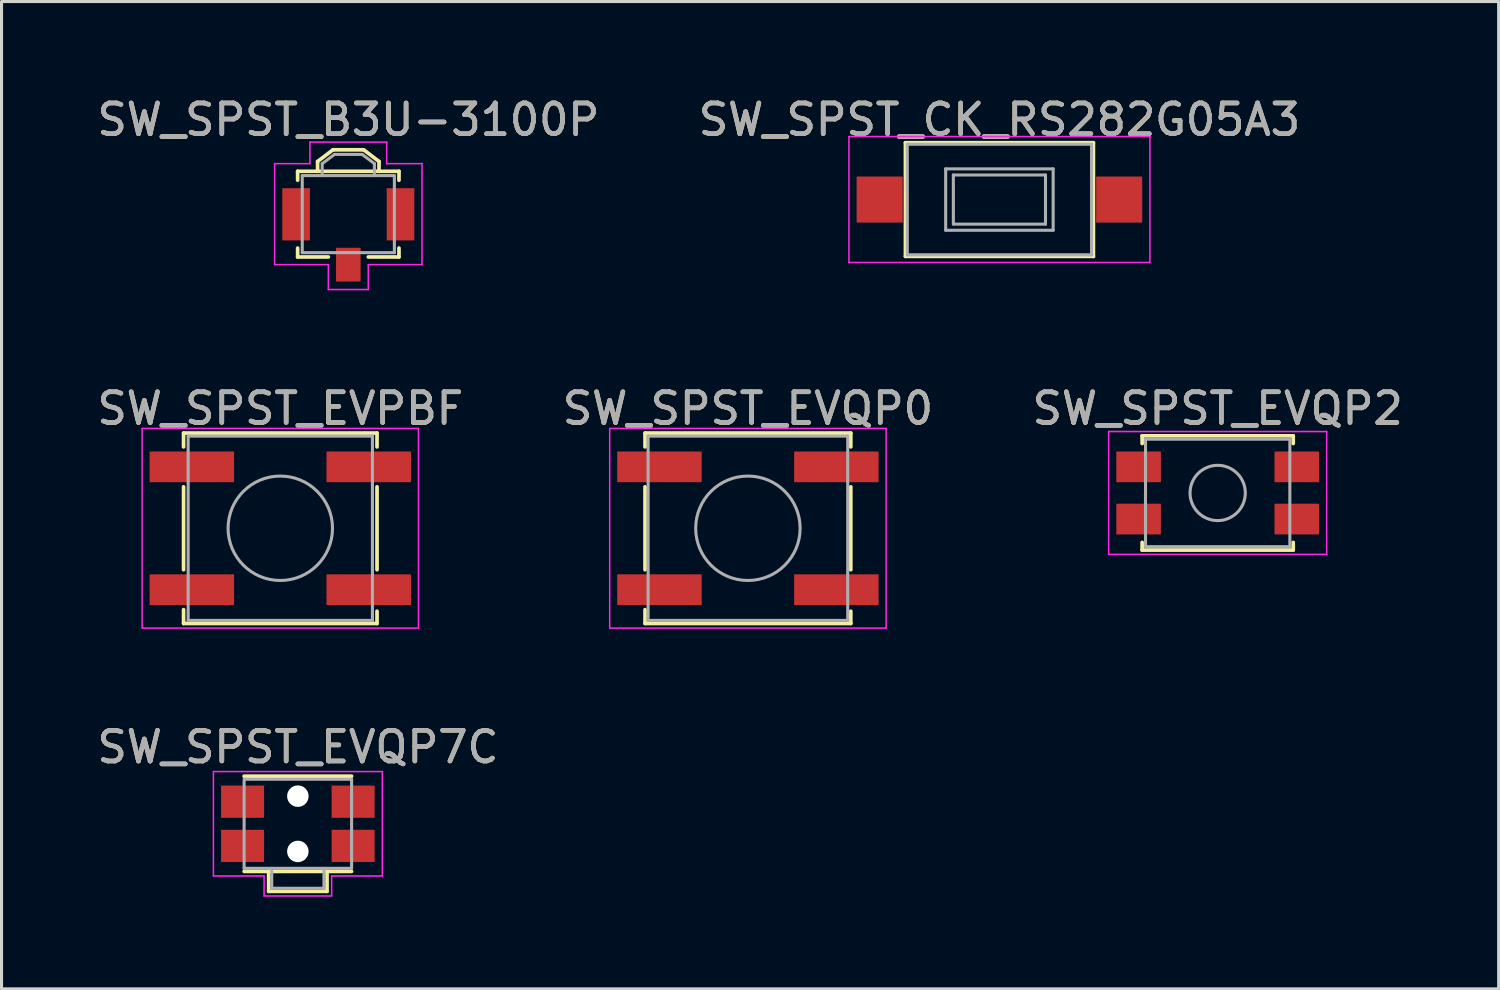
<source format=kicad_pcb>
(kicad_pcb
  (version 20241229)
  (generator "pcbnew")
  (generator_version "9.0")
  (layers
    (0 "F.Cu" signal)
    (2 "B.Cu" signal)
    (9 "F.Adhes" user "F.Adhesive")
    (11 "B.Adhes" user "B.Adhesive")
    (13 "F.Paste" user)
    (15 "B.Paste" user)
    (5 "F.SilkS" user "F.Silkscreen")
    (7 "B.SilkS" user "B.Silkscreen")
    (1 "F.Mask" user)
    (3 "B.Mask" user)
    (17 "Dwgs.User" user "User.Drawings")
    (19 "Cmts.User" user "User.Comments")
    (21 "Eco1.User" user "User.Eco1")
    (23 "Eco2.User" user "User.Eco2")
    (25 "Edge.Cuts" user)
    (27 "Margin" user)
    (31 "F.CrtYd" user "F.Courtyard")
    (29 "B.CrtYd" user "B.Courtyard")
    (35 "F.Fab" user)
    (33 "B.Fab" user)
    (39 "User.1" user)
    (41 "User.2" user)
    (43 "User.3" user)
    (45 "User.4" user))
  (footprint "SW_SPST_EVQP7C"
    (layer "F.Cu")
    (at 6.649 23.775)
    (property "Reference" "SW_SPST_EVQP7C" (at 0 -2.5 0) (layer "F.SilkS") (effects (font (size 1 1) (thickness 0.15))))
    (attr smd)
    (fp_line (start -1.75 -1.55) (end 1.75 -1.55) (stroke (width 0.12) (type solid)) (layer "F.SilkS"))
    (fp_line (start -0.95 2.2) (end -0.95 1.55) (stroke (width 0.12) (type solid)) (layer "F.SilkS"))
    (fp_line (start 0.95 1.55) (end 0.95 2.2) (stroke (width 0.12) (type solid)) (layer "F.SilkS"))
    (fp_line (start 0.95 2.2) (end -0.95 2.2) (stroke (width 0.12) (type solid)) (layer "F.SilkS"))
    (fp_line (start 1.75 1.55) (end -1.75 1.55) (stroke (width 0.12) (type solid)) (layer "F.SilkS"))
    (fp_line (start -2.75 -1.7) (end 2.75 -1.7) (stroke (width 0.05) (type solid)) (layer "F.CrtYd"))
    (fp_line (start -2.75 1.7) (end -2.75 -1.7) (stroke (width 0.05) (type solid)) (layer "F.CrtYd"))
    (fp_line (start -1.1 1.7) (end -2.75 1.7) (stroke (width 0.05) (type solid)) (layer "F.CrtYd"))
    (fp_line (start -1.1 2.35) (end -1.1 1.7) (stroke (width 0.05) (type solid)) (layer "F.CrtYd"))
    (fp_line (start 1.1 1.7) (end 1.1 2.35) (stroke (width 0.05) (type solid)) (layer "F.CrtYd"))
    (fp_line (start 1.1 2.35) (end -1.1 2.35) (stroke (width 0.05) (type solid)) (layer "F.CrtYd"))
    (fp_line (start 2.75 -1.7) (end 2.75 1.7) (stroke (width 0.05) (type solid)) (layer "F.CrtYd"))
    (fp_line (start 2.75 1.7) (end 1.1 1.7) (stroke (width 0.05) (type solid)) (layer "F.CrtYd"))
    (fp_line (start -1.75 -1.45) (end 1.75 -1.45) (stroke (width 0.1) (type solid)) (layer "F.Fab"))
    (fp_line (start -1.75 1.45) (end -1.75 -1.4) (stroke (width 0.1) (type solid)) (layer "F.Fab"))
    (fp_line (start -0.85 2.1) (end -0.85 1.45) (stroke (width 0.1) (type solid)) (layer "F.Fab"))
    (fp_line (start -0.85 2.1) (end 0.85 2.1) (stroke (width 0.1) (type solid)) (layer "F.Fab"))
    (fp_line (start 0.85 2.1) (end 0.85 1.45) (stroke (width 0.1) (type solid)) (layer "F.Fab"))
    (fp_line (start 1.75 -1.45) (end 1.75 1.45) (stroke (width 0.1) (type solid)) (layer "F.Fab"))
    (fp_line (start 1.75 1.45) (end -1.75 1.45) (stroke (width 0.1) (type solid)) (layer "F.Fab"))
    (fp_text user "${REFERENCE}" (at 0 -2.5 0) (layer "F.Fab") (effects (font (size 1 1) (thickness 0.15))))
    (pad "" np_thru_hole circle (at 0 -0.9) (size 0.7 0.7) (drill 0.7) (layers "*.Cu" "*.Mask"))
    (pad "" np_thru_hole circle (at 0 0.9) (size 0.7 0.7) (drill 0.7) (layers "*.Cu" "*.Mask"))
    (pad "1" smd rect (at -1.8 -0.72) (size 1.4 1.05) (layers "F.Cu" "F.Mask" "F.Paste"))
    (pad "1" smd rect (at 1.8 -0.72) (size 1.4 1.05) (layers "F.Cu" "F.Mask" "F.Paste"))
    (pad "2" smd rect (at -1.8 0.72) (size 1.4 1.05) (layers "F.Cu" "F.Mask" "F.Paste"))
    (pad "2" smd rect (at 1.8 0.72) (size 1.4 1.05) (layers "F.Cu" "F.Mask" "F.Paste")))
  (footprint "SW_SPST_CK_RS282G05A3"
    (layer "F.Cu")
    (at 29.494 3.448)
    (property "Reference" "SW_SPST_CK_RS282G05A3" (at 0 -2.6 0) (layer "F.SilkS") (effects (font (size 1 1) (thickness 0.15))))
    (attr smd)
    (fp_line (start -3.06 -1.85) (end 3.06 -1.85) (stroke (width 0.12) (type solid)) (layer "F.SilkS"))
    (fp_line (start -3.06 1.85) (end -3.06 -1.85) (stroke (width 0.12) (type solid)) (layer "F.SilkS"))
    (fp_line (start 3.06 -1.85) (end 3.06 1.85) (stroke (width 0.12) (type solid)) (layer "F.SilkS"))
    (fp_line (start 3.06 1.85) (end -3.06 1.85) (stroke (width 0.12) (type solid)) (layer "F.SilkS"))
    (fp_line (start -4.9 -2.05) (end 4.9 -2.05) (stroke (width 0.05) (type solid)) (layer "F.CrtYd"))
    (fp_line (start -4.9 2.05) (end -4.9 -2.05) (stroke (width 0.05) (type solid)) (layer "F.CrtYd"))
    (fp_line (start 4.9 -2.05) (end 4.9 2.05) (stroke (width 0.05) (type solid)) (layer "F.CrtYd"))
    (fp_line (start 4.9 2.05) (end -4.9 2.05) (stroke (width 0.05) (type solid)) (layer "F.CrtYd"))
    (fp_line (start -3 -1.8) (end -3 1.8) (stroke (width 0.1) (type solid)) (layer "F.Fab"))
    (fp_line (start -3 -1.8) (end 3 -1.8) (stroke (width 0.1) (type solid)) (layer "F.Fab"))
    (fp_line (start -3 1.8) (end 3 1.8) (stroke (width 0.1) (type solid)) (layer "F.Fab"))
    (fp_line (start -1.75 -1) (end 1.75 -1) (stroke (width 0.1) (type solid)) (layer "F.Fab"))
    (fp_line (start -1.75 1) (end -1.75 -1) (stroke (width 0.1) (type solid)) (layer "F.Fab"))
    (fp_line (start -1.5 -0.8) (end -1.5 0.8) (stroke (width 0.1) (type solid)) (layer "F.Fab"))
    (fp_line (start -1.5 -0.8) (end 1.5 -0.8) (stroke (width 0.1) (type solid)) (layer "F.Fab"))
    (fp_line (start -1.5 0.8) (end 1.5 0.8) (stroke (width 0.1) (type solid)) (layer "F.Fab"))
    (fp_line (start 1.5 -0.8) (end 1.5 0.8) (stroke (width 0.1) (type solid)) (layer "F.Fab"))
    (fp_line (start 1.75 -1) (end 1.75 1) (stroke (width 0.1) (type solid)) (layer "F.Fab"))
    (fp_line (start 1.75 1) (end -1.75 1) (stroke (width 0.1) (type solid)) (layer "F.Fab"))
    (fp_line (start 3 -1.8) (end 3 1.8) (stroke (width 0.1) (type solid)) (layer "F.Fab"))
    (fp_text user "${REFERENCE}" (at 0 -2.6 0) (layer "F.Fab") (effects (font (size 1 1) (thickness 0.15))))
    (pad "1" smd rect (at -3.9 0) (size 1.5 1.5) (layers "F.Cu" "F.Mask" "F.Paste"))
    (pad "2" smd rect (at 3.9 0) (size 1.5 1.5) (layers "F.Cu" "F.Mask" "F.Paste")))
  (footprint "SW_SPST_EVQP2"
    (layer "F.Cu")
    (at 36.601 13.002)
    (property "Reference" "SW_SPST_EVQP2" (at 0 -2.75 0) (layer "F.SilkS") (effects (font (size 1 1) (thickness 0.15))))
    (attr smd)
    (fp_line (start -2.46 -1.86) (end -2.46 -1.61) (stroke (width 0.12) (type solid)) (layer "F.SilkS"))
    (fp_line (start -2.46 1.61) (end -2.46 1.86) (stroke (width 0.12) (type solid)) (layer "F.SilkS"))
    (fp_line (start -2.46 1.86) (end 2.46 1.86) (stroke (width 0.12) (type solid)) (layer "F.SilkS"))
    (fp_line (start 2.46 -1.86) (end -2.46 -1.86) (stroke (width 0.12) (type solid)) (layer "F.SilkS"))
    (fp_line (start 2.46 -1.86) (end 2.46 -1.61) (stroke (width 0.12) (type solid)) (layer "F.SilkS"))
    (fp_line (start 2.46 1.61) (end 2.46 1.86) (stroke (width 0.12) (type solid)) (layer "F.SilkS"))
    (fp_line (start -3.55 -2) (end 3.55 -2) (stroke (width 0.05) (type solid)) (layer "F.CrtYd"))
    (fp_line (start -3.55 2) (end -3.55 -2) (stroke (width 0.05) (type solid)) (layer "F.CrtYd"))
    (fp_line (start 3.55 -2) (end 3.55 2) (stroke (width 0.05) (type solid)) (layer "F.CrtYd"))
    (fp_line (start 3.55 2) (end -3.55 2) (stroke (width 0.05) (type solid)) (layer "F.CrtYd"))
    (fp_line (start -2.35 -1.75) (end 2.35 -1.75) (stroke (width 0.1) (type solid)) (layer "F.Fab"))
    (fp_line (start -2.35 1.75) (end -2.35 -1.75) (stroke (width 0.1) (type solid)) (layer "F.Fab"))
    (fp_line (start 2.35 -1.75) (end 2.35 1.75) (stroke (width 0.1) (type solid)) (layer "F.Fab"))
    (fp_line (start 2.35 1.75) (end -2.35 1.75) (stroke (width 0.1) (type solid)) (layer "F.Fab"))
    (fp_circle (center 0 0) (end 0.9 0) (stroke (width 0.1) (type solid)) (fill no) (layer "F.Fab"))
    (fp_text user "${REFERENCE}" (at 0 -2.75 0) (layer "F.Fab") (effects (font (size 1 1) (thickness 0.15))))
    (pad "1" smd rect (at -2.575 -0.85) (size 1.45 1) (layers "F.Cu" "F.Mask" "F.Paste"))
    (pad "1" smd rect (at 2.575 -0.85) (size 1.45 1) (layers "F.Cu" "F.Mask" "F.Paste"))
    (pad "2" smd rect (at -2.575 0.85) (size 1.45 1) (layers "F.Cu" "F.Mask" "F.Paste"))
    (pad "2" smd rect (at 2.575 0.85) (size 1.45 1) (layers "F.Cu" "F.Mask" "F.Paste")))
  (footprint "SW_SPST_EVPBF"
    (layer "F.Cu")
    (at 6.077 14.152)
    (property "Reference" "SW_SPST_EVPBF" (at 0 -3.9 0) (layer "F.SilkS") (effects (font (size 1 1) (thickness 0.15))))
    (attr smd)
    (fp_line (start -3.15 -3.1) (end 3.15 -3.1) (stroke (width 0.12) (type solid)) (layer "F.SilkS"))
    (fp_line (start -3.15 -2.65) (end -3.15 -3.1) (stroke (width 0.12) (type solid)) (layer "F.SilkS"))
    (fp_line (start -3.15 1.35) (end -3.15 -1.35) (stroke (width 0.12) (type solid)) (layer "F.SilkS"))
    (fp_line (start -3.15 2.65) (end -3.15 3.1) (stroke (width 0.12) (type solid)) (layer "F.SilkS"))
    (fp_line (start -3.15 3.1) (end 3.15 3.1) (stroke (width 0.12) (type solid)) (layer "F.SilkS"))
    (fp_line (start 3.15 -3.1) (end 3.15 -2.65) (stroke (width 0.12) (type solid)) (layer "F.SilkS"))
    (fp_line (start 3.15 -1.35) (end 3.15 1.35) (stroke (width 0.12) (type solid)) (layer "F.SilkS"))
    (fp_line (start 3.15 3.1) (end 3.15 2.7) (stroke (width 0.12) (type solid)) (layer "F.SilkS"))
    (fp_line (start -4.5 -3.25) (end 4.5 -3.25) (stroke (width 0.05) (type solid)) (layer "F.CrtYd"))
    (fp_line (start -4.5 3.25) (end -4.5 -3.25) (stroke (width 0.05) (type solid)) (layer "F.CrtYd"))
    (fp_line (start 4.5 -3.25) (end 4.5 3.25) (stroke (width 0.05) (type solid)) (layer "F.CrtYd"))
    (fp_line (start 4.5 3.25) (end -4.5 3.25) (stroke (width 0.05) (type solid)) (layer "F.CrtYd"))
    (fp_line (start -3 -3) (end 3 -3) (stroke (width 0.1) (type solid)) (layer "F.Fab"))
    (fp_line (start -3 3) (end -3 -3) (stroke (width 0.1) (type solid)) (layer "F.Fab"))
    (fp_line (start 3 -3) (end 3 3) (stroke (width 0.1) (type solid)) (layer "F.Fab"))
    (fp_line (start 3 3) (end -3 3) (stroke (width 0.1) (type solid)) (layer "F.Fab"))
    (fp_circle (center 0 0) (end 1.7 0) (stroke (width 0.1) (type solid)) (fill no) (layer "F.Fab"))
    (fp_text user "${REFERENCE}" (at 0 -3.9 0) (layer "F.Fab") (effects (font (size 1 1) (thickness 0.15))))
    (pad "1" smd rect (at -2.88 -2) (size 2.75 1) (layers "F.Cu" "F.Mask" "F.Paste"))
    (pad "1" smd rect (at 2.88 -2) (size 2.75 1) (layers "F.Cu" "F.Mask" "F.Paste"))
    (pad "2" smd rect (at -2.88 2) (size 2.75 1) (layers "F.Cu" "F.Mask" "F.Paste"))
    (pad "2" smd rect (at 2.88 2) (size 2.75 1) (layers "F.Cu" "F.Mask" "F.Paste")))
  (footprint "SW_SPST_B3U-3100P"
    (layer "F.Cu")
    (at 8.292 4.748)
    (property "Reference" "SW_SPST_B3U-3100P" (at 0 -3.9 0) (layer "F.SilkS") (effects (font (size 1 1) (thickness 0.15))))
    (attr smd)
    (fp_line (start -1.65 -2.22) (end 1.65 -2.22) (stroke (width 0.12) (type solid)) (layer "F.SilkS"))
    (fp_line (start -1.65 -1.93) (end -1.65 -2.22) (stroke (width 0.12) (type solid)) (layer "F.SilkS"))
    (fp_line (start -1.65 0.28) (end -1.65 0.57) (stroke (width 0.12) (type solid)) (layer "F.SilkS"))
    (fp_line (start -1.65 0.57) (end -0.65 0.57) (stroke (width 0.12) (type solid)) (layer "F.SilkS"))
    (fp_line (start -1 -2.54) (end -1 -2.22) (stroke (width 0.12) (type solid)) (layer "F.SilkS"))
    (fp_line (start -0.5 -2.92) (end -1 -2.54) (stroke (width 0.12) (type solid)) (layer "F.SilkS"))
    (fp_line (start -0.5 -2.92) (end 0.5 -2.92) (stroke (width 0.12) (type solid)) (layer "F.SilkS"))
    (fp_line (start 0.5 -2.92) (end 1 -2.54) (stroke (width 0.12) (type solid)) (layer "F.SilkS"))
    (fp_line (start 1 -2.54) (end 1 -2.22) (stroke (width 0.12) (type solid)) (layer "F.SilkS"))
    (fp_line (start 1.65 -2.22) (end 1.65 -1.93) (stroke (width 0.12) (type solid)) (layer "F.SilkS"))
    (fp_line (start 1.65 0.57) (end 0.65 0.57) (stroke (width 0.12) (type solid)) (layer "F.SilkS"))
    (fp_line (start 1.65 0.57) (end 1.65 0.28) (stroke (width 0.12) (type solid)) (layer "F.SilkS"))
    (fp_line (start -2.4 -2.47) (end -2.4 0.82) (stroke (width 0.05) (type solid)) (layer "F.CrtYd"))
    (fp_line (start -2.4 0.82) (end -0.65 0.82) (stroke (width 0.05) (type solid)) (layer "F.CrtYd"))
    (fp_line (start -1.25 -3.17) (end 1.25 -3.17) (stroke (width 0.05) (type solid)) (layer "F.CrtYd"))
    (fp_line (start -1.25 -2.47) (end -2.4 -2.47) (stroke (width 0.05) (type solid)) (layer "F.CrtYd"))
    (fp_line (start -1.25 -2.47) (end -1.25 -3.17) (stroke (width 0.05) (type solid)) (layer "F.CrtYd"))
    (fp_line (start -0.65 0.82) (end -0.65 1.63) (stroke (width 0.05) (type solid)) (layer "F.CrtYd"))
    (fp_line (start -0.65 1.63) (end 0.65 1.63) (stroke (width 0.05) (type solid)) (layer "F.CrtYd"))
    (fp_line (start 0.65 0.82) (end 2.4 0.82) (stroke (width 0.05) (type solid)) (layer "F.CrtYd"))
    (fp_line (start 0.65 1.63) (end 0.65 0.82) (stroke (width 0.05) (type solid)) (layer "F.CrtYd"))
    (fp_line (start 1.25 -3.17) (end 1.25 -2.47) (stroke (width 0.05) (type solid)) (layer "F.CrtYd"))
    (fp_line (start 1.25 -2.47) (end 2.4 -2.47) (stroke (width 0.05) (type solid)) (layer "F.CrtYd"))
    (fp_line (start 2.4 0.82) (end 2.4 -2.47) (stroke (width 0.05) (type solid)) (layer "F.CrtYd"))
    (fp_line (start -1.5 -2.08) (end 1.5 -2.08) (stroke (width 0.1) (type solid)) (layer "F.Fab"))
    (fp_line (start -1.5 0.43) (end -1.5 -2.08) (stroke (width 0.1) (type solid)) (layer "F.Fab"))
    (fp_line (start -0.85 -2.47) (end -0.45 -2.77) (stroke (width 0.1) (type solid)) (layer "F.Fab"))
    (fp_line (start -0.85 -2.08) (end -0.85 -2.47) (stroke (width 0.1) (type solid)) (layer "F.Fab"))
    (fp_line (start -0.45 -2.77) (end 0.45 -2.77) (stroke (width 0.1) (type solid)) (layer "F.Fab"))
    (fp_line (start 0.45 -2.77) (end 0.85 -2.47) (stroke (width 0.1) (type solid)) (layer "F.Fab"))
    (fp_line (start 0.85 -2.47) (end 0.85 -2.08) (stroke (width 0.1) (type solid)) (layer "F.Fab"))
    (fp_line (start 1.5 -2.08) (end 1.5 0.43) (stroke (width 0.1) (type solid)) (layer "F.Fab"))
    (fp_line (start 1.5 0.43) (end -1.5 0.43) (stroke (width 0.1) (type solid)) (layer "F.Fab"))
    (fp_text user "${REFERENCE}" (at 0 -3.9 0) (layer "F.Fab") (effects (font (size 1 1) (thickness 0.15))))
    (pad "1" smd rect (at -1.7 -0.82) (size 0.9 1.7) (layers "F.Cu" "F.Mask" "F.Paste"))
    (pad "2" smd rect (at 1.7 -0.82) (size 0.9 1.7) (layers "F.Cu" "F.Mask" "F.Paste"))
    (pad "3" smd rect (at 0 0.82) (size 0.8 1.1) (layers "F.Cu" "F.Mask" "F.Paste")))
  (footprint "SW_SPST_EVQP0"
    (layer "F.Cu")
    (at 21.304 14.152)
    (property "Reference" "SW_SPST_EVQP0" (at 0 -3.9 0) (layer "F.SilkS") (effects (font (size 1 1) (thickness 0.15))))
    (attr smd)
    (fp_line (start -3.35 -3.1) (end 3.35 -3.1) (stroke (width 0.12) (type solid)) (layer "F.SilkS"))
    (fp_line (start -3.35 -2.65) (end -3.35 -3.1) (stroke (width 0.12) (type solid)) (layer "F.SilkS"))
    (fp_line (start -3.35 1.35) (end -3.35 -1.35) (stroke (width 0.12) (type solid)) (layer "F.SilkS"))
    (fp_line (start -3.35 2.65) (end -3.35 3.1) (stroke (width 0.12) (type solid)) (layer "F.SilkS"))
    (fp_line (start -3.35 3.1) (end 3.35 3.1) (stroke (width 0.12) (type solid)) (layer "F.SilkS"))
    (fp_line (start 3.35 -3.1) (end 3.35 -2.65) (stroke (width 0.12) (type solid)) (layer "F.SilkS"))
    (fp_line (start 3.35 -1.35) (end 3.35 1.35) (stroke (width 0.12) (type solid)) (layer "F.SilkS"))
    (fp_line (start 3.35 3.1) (end 3.35 2.7) (stroke (width 0.12) (type solid)) (layer "F.SilkS"))
    (fp_line (start -4.5 -3.25) (end 4.5 -3.25) (stroke (width 0.05) (type solid)) (layer "F.CrtYd"))
    (fp_line (start -4.5 3.25) (end -4.5 -3.25) (stroke (width 0.05) (type solid)) (layer "F.CrtYd"))
    (fp_line (start 4.5 -3.25) (end 4.5 3.25) (stroke (width 0.05) (type solid)) (layer "F.CrtYd"))
    (fp_line (start 4.5 3.25) (end -4.5 3.25) (stroke (width 0.05) (type solid)) (layer "F.CrtYd"))
    (fp_line (start -3.25 -3) (end 3.25 -3) (stroke (width 0.1) (type solid)) (layer "F.Fab"))
    (fp_line (start -3.25 3) (end -3.25 -3) (stroke (width 0.1) (type solid)) (layer "F.Fab"))
    (fp_line (start 3.25 -3) (end 3.25 3) (stroke (width 0.1) (type solid)) (layer "F.Fab"))
    (fp_line (start 3.25 3) (end -3.25 3) (stroke (width 0.1) (type solid)) (layer "F.Fab"))
    (fp_circle (center 0 0) (end 1.7 0) (stroke (width 0.1) (type solid)) (fill no) (layer "F.Fab"))
    (fp_text user "${REFERENCE}" (at 0 -3.9 0) (layer "F.Fab") (effects (font (size 1 1) (thickness 0.15))))
    (pad "1" smd rect (at -2.88 -2) (size 2.75 1) (layers "F.Cu" "F.Mask" "F.Paste"))
    (pad "1" smd rect (at 2.88 -2) (size 2.75 1) (layers "F.Cu" "F.Mask" "F.Paste"))
    (pad "2" smd rect (at -2.88 2) (size 2.75 1) (layers "F.Cu" "F.Mask" "F.Paste"))
    (pad "2" smd rect (at 2.88 2) (size 2.75 1) (layers "F.Cu" "F.Mask" "F.Paste")))
  (gr_rect
    (start -3 -3)
    (end 45.75 29.15)
    (stroke (width 0.1) (type default))
    (fill no)
    (layer "Edge.Cuts")))
</source>
